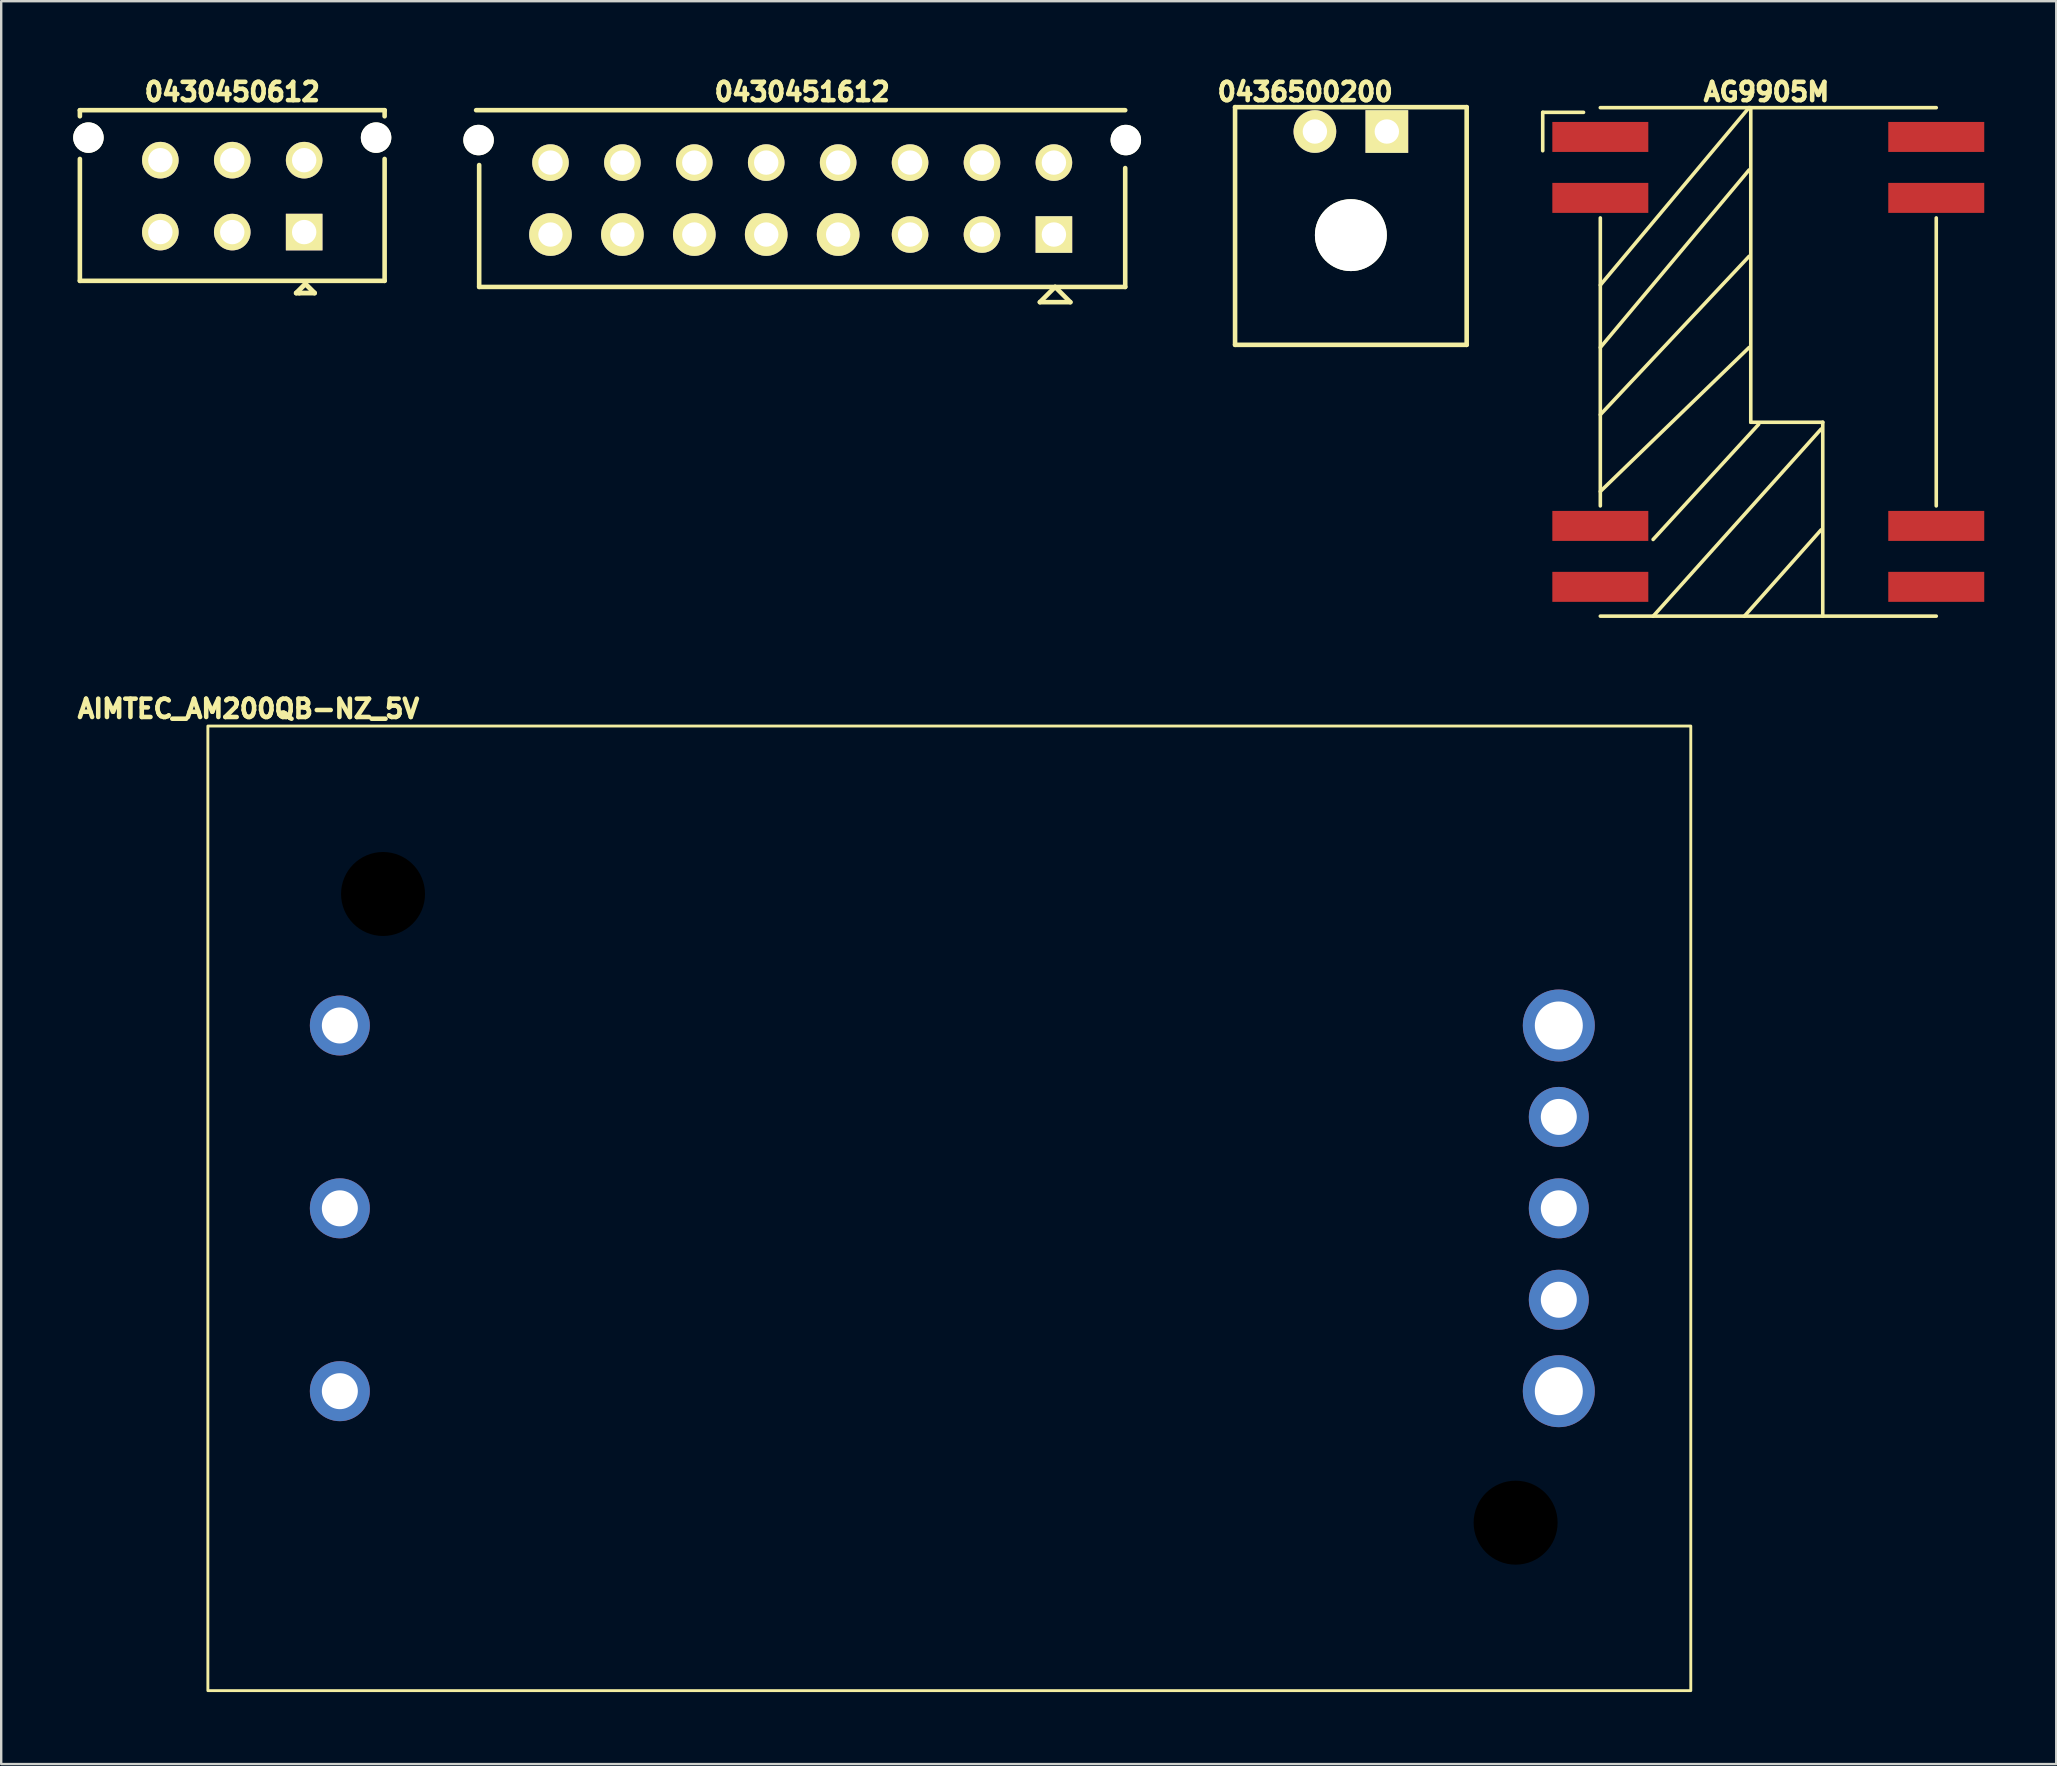
<source format=kicad_pcb>
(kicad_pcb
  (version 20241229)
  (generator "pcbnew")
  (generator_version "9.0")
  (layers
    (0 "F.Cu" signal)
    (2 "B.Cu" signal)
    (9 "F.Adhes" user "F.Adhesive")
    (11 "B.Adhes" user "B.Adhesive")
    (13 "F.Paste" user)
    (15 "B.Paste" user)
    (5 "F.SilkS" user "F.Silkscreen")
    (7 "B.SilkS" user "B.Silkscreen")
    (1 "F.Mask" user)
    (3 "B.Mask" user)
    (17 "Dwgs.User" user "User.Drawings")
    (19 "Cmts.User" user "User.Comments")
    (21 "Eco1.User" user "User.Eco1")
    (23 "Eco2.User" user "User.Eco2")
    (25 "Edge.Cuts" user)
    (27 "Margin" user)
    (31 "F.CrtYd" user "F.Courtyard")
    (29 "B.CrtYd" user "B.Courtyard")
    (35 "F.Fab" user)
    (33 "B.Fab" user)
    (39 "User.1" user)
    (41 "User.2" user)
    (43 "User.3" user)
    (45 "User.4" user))
  (footprint "AIMTEC_AM200QB-NZ_5V"
    (layer "F.Cu")
    (at 36.513 47.307)
    (property "Reference" "AIMTEC_AM200QB-NZ_5V" (at -29.21 -20.82 0) (unlocked yes) (layer "F.SilkS") (effects (font (size 0.762 0.762) (thickness 0.191))))
    (attr through_hole)
    (fp_rect (start -30.9 -20.1) (end 30.9 20.1) (stroke (width 0.12) (type solid)) (fill no) (layer "F.SilkS"))
    (pad "" np_thru_hole circle (at -23.6 -13.1) (size 3.5 3.5) (drill 3.5) (layers "*.Mask"))
    (pad "" np_thru_hole circle (at 23.6 13.1) (size 3.5 3.5) (drill 3.5) (layers "*.Mask"))
    (pad "1" thru_hole circle (at -25.4 -7.62) (size 2.5 2.5) (drill 1.5) (layers "*.Cu" "*.Mask"))
    (pad "2" thru_hole circle (at -25.4 0) (size 2.5 2.5) (drill 1.5) (layers "*.Cu" "*.Mask"))
    (pad "3" thru_hole circle (at -25.4 7.62) (size 2.5 2.5) (drill 1.5) (layers "*.Cu" "*.Mask"))
    (pad "4" thru_hole circle (at 25.4 7.62) (size 3 3) (drill 2) (layers "*.Cu" "*.Mask"))
    (pad "5" thru_hole circle (at 25.4 3.81) (size 2.5 2.5) (drill 1.5) (layers "*.Cu" "*.Mask"))
    (pad "6" thru_hole circle (at 25.4 0) (size 2.5 2.5) (drill 1.5) (layers "*.Cu" "*.Mask"))
    (pad "7" thru_hole circle (at 25.4 -3.81) (size 2.5 2.5) (drill 1.5) (layers "*.Cu" "*.Mask"))
    (pad "8" thru_hole circle (at 25.4 -7.62) (size 3 3) (drill 2) (layers "*.Cu" "*.Mask")))
  (footprint "AG9905M"
    (layer "F.Cu")
    (at 70.643 12.032)
    (property "Reference" "AG9905M" (at -0.076 -11.252 0) (layer "F.SilkS") (effects (font (size 0.762 0.762) (thickness 0.191))))
    (attr through_hole)
    (fp_line (start -9.4 -10.4) (end -7.7 -10.4) (stroke (width 0.15) (type solid)) (layer "F.SilkS"))
    (fp_line (start -9.4 -8.8) (end -9.4 -10.4) (stroke (width 0.15) (type solid)) (layer "F.SilkS"))
    (fp_line (start -7 -10.595) (end 7 -10.595) (stroke (width 0.15) (type solid)) (layer "F.SilkS"))
    (fp_line (start -7 -6) (end -7 6) (stroke (width 0.15) (type solid)) (layer "F.SilkS"))
    (fp_line (start -7 -0.6) (end -0.8 -8) (stroke (width 0.15) (type solid)) (layer "F.SilkS"))
    (fp_line (start -7 2.2) (end -0.8 -4.4) (stroke (width 0.15) (type solid)) (layer "F.SilkS"))
    (fp_line (start -7 5.4) (end -0.8 -0.6) (stroke (width 0.15) (type solid)) (layer "F.SilkS"))
    (fp_line (start -7 10.595) (end 7 10.595) (stroke (width 0.15) (type solid)) (layer "F.SilkS"))
    (fp_line (start -4.8 7.4) (end -0.4 2.6) (stroke (width 0.15) (type solid)) (layer "F.SilkS"))
    (fp_line (start -4.8 10.6) (end 2.2 2.8) (stroke (width 0.15) (type solid)) (layer "F.SilkS"))
    (fp_line (start -1 10.6) (end 2.2 7) (stroke (width 0.15) (type solid)) (layer "F.SilkS"))
    (fp_line (start -0.8 -10.6) (end -7 -3.2) (stroke (width 0.15) (type solid)) (layer "F.SilkS"))
    (fp_line (start -0.73 -10.595) (end -0.73 2.515) (stroke (width 0.15) (type solid)) (layer "F.SilkS"))
    (fp_line (start -0.73 2.515) (end 2.27 2.515) (stroke (width 0.15) (type solid)) (layer "F.SilkS"))
    (fp_line (start 2.27 2.515) (end 2.27 10.595) (stroke (width 0.15) (type solid)) (layer "F.SilkS"))
    (fp_line (start 7 -6) (end 7 6) (stroke (width 0.15) (type solid)) (layer "F.SilkS"))
    (pad "1" smd rect (at -7 -9.375) (size 4 1.25) (layers "F.Cu" "F.Mask" "F.Paste"))
    (pad "2" smd rect (at -7 -6.835) (size 4 1.25) (layers "F.Cu" "F.Mask" "F.Paste"))
    (pad "3" smd rect (at -7 6.835) (size 4 1.25) (layers "F.Cu" "F.Mask" "F.Paste"))
    (pad "4" smd rect (at -7 9.375) (size 4 1.25) (layers "F.Cu" "F.Mask" "F.Paste"))
    (pad "5" smd rect (at 7 9.375) (size 4 1.25) (layers "F.Cu" "F.Mask" "F.Paste"))
    (pad "6" smd rect (at 7 6.835) (size 4 1.25) (layers "F.Cu" "F.Mask" "F.Paste"))
    (pad "7" smd rect (at 7 -6.835) (size 4 1.25) (layers "F.Cu" "F.Mask" "F.Paste"))
    (pad "8" smd rect (at 7 -9.375) (size 4 1.25) (layers "F.Cu" "F.Mask" "F.Paste")))
  (footprint "0436500200"
    (layer "F.Cu")
    (at 53.247 6.749)
    (property "Reference" "0436500200" (at -1.905 -5.969 0) (layer "F.SilkS") (effects (font (size 0.762 0.762) (thickness 0.191))))
    (attr through_hole)
    (fp_line (start -4.826 -5.334) (end -4.826 4.572) (stroke (width 0.191) (type solid)) (layer "F.SilkS"))
    (fp_line (start -4.826 -5.334) (end 4.826 -5.334) (stroke (width 0.191) (type solid)) (layer "F.SilkS"))
    (fp_line (start 4.826 -5.334) (end 4.826 4.572) (stroke (width 0.191) (type solid)) (layer "F.SilkS"))
    (fp_line (start 4.826 4.572) (end -4.826 4.572) (stroke (width 0.191) (type solid)) (layer "F.SilkS"))
    (pad "" np_thru_hole circle (at 0 0) (size 2.997 2.997) (drill 2.997) (layers "*.Cu" "*.Mask" "F.SilkS"))
    (pad "1" thru_hole rect (at 1.499 -4.318) (size 1.778 1.778) (drill 1.016) (layers "*.Cu" "*.Mask" "F.SilkS"))
    (pad "2" thru_hole circle (at -1.499 -4.318) (size 1.778 1.778) (drill 1.016) (layers "*.Cu" "*.Mask" "F.SilkS")))
  (footprint "0430450612"
    (layer "F.Cu")
    (at 6.629 6.622)
    (property "Reference" "0430450612" (at 0 -5.842 0) (layer "F.SilkS") (effects (font (size 0.762 0.762) (thickness 0.191))))
    (attr through_hole)
    (fp_line (start -6.35 -5.08) (end -6.35 -4.826) (stroke (width 0.191) (type solid)) (layer "F.SilkS"))
    (fp_line (start -6.35 -5.08) (end 6.35 -5.08) (stroke (width 0.191) (type solid)) (layer "F.SilkS"))
    (fp_line (start -6.35 2.032) (end -6.35 -3.048) (stroke (width 0.191) (type solid)) (layer "F.SilkS"))
    (fp_line (start 2.667 2.54) (end 3.048 2.159) (stroke (width 0.203) (type solid)) (layer "F.SilkS"))
    (fp_line (start 2.794 2.54) (end 2.667 2.54) (stroke (width 0.203) (type solid)) (layer "F.SilkS"))
    (fp_line (start 3.048 2.159) (end 3.429 2.54) (stroke (width 0.203) (type solid)) (layer "F.SilkS"))
    (fp_line (start 3.429 2.54) (end 2.794 2.54) (stroke (width 0.203) (type solid)) (layer "F.SilkS"))
    (fp_line (start 6.35 -5.08) (end 6.35 -4.826) (stroke (width 0.191) (type solid)) (layer "F.SilkS"))
    (fp_line (start 6.35 -3.048) (end 6.35 2.032) (stroke (width 0.191) (type solid)) (layer "F.SilkS"))
    (fp_line (start 6.35 2.032) (end -6.35 2.032) (stroke (width 0.191) (type solid)) (layer "F.SilkS"))
    (pad "" np_thru_hole circle (at -5.994 -3.937) (size 1.27 1.27) (drill 1.27) (layers "*.Cu" "*.Mask" "F.SilkS"))
    (pad "" np_thru_hole circle (at 5.994 -3.937) (size 1.27 1.27) (drill 1.27) (layers "*.Cu" "*.Mask" "F.SilkS"))
    (pad "1" thru_hole rect (at 2.997 0) (size 1.524 1.524) (drill 1.016) (layers "*.Cu" "*.Mask" "F.SilkS"))
    (pad "2" thru_hole circle (at 0 0) (size 1.524 1.524) (drill 1.016) (layers "*.Cu" "*.Mask" "F.SilkS"))
    (pad "3" thru_hole circle (at -2.997 0) (size 1.524 1.524) (drill 1.016) (layers "*.Cu" "*.Mask" "F.SilkS"))
    (pad "4" thru_hole circle (at 2.997 -2.997) (size 1.524 1.524) (drill 1.016) (layers "*.Cu" "*.Mask" "F.SilkS"))
    (pad "5" thru_hole circle (at 0 -2.997) (size 1.524 1.524) (drill 1.016) (layers "*.Cu" "*.Mask" "F.SilkS"))
    (pad "6" thru_hole circle (at -2.997 -2.997) (size 1.524 1.524) (drill 1.016) (layers "*.Cu" "*.Mask" "F.SilkS")))
  (footprint "0430451612"
    (layer "F.Cu")
    (at 30.381 5.225)
    (property "Reference" "0430451612" (at 0 -4.445 0) (layer "F.SilkS") (effects (font (size 0.762 0.762) (thickness 0.191))))
    (attr through_hole)
    (fp_line (start -13.462 -1.397) (end -13.462 3.683) (stroke (width 0.191) (type solid)) (layer "F.SilkS"))
    (fp_line (start -13.462 3.683) (end 13.462 3.683) (stroke (width 0.191) (type solid)) (layer "F.SilkS"))
    (fp_line (start 10.541 3.683) (end 9.906 4.318) (stroke (width 0.191) (type solid)) (layer "F.SilkS"))
    (fp_line (start 10.541 3.683) (end 11.176 4.318) (stroke (width 0.191) (type solid)) (layer "F.SilkS"))
    (fp_line (start 11.176 4.318) (end 9.906 4.318) (stroke (width 0.191) (type solid)) (layer "F.SilkS"))
    (fp_line (start 13.462 -3.683) (end -13.589 -3.683) (stroke (width 0.191) (type solid)) (layer "F.SilkS"))
    (fp_line (start 13.462 3.683) (end 13.462 -1.27) (stroke (width 0.191) (type solid)) (layer "F.SilkS"))
    (pad "" np_thru_hole circle (at -13.487 -2.438) (size 1.27 1.27) (drill 1.27) (layers "*.Cu" "*.Mask" "F.SilkS"))
    (pad "" np_thru_hole circle (at 13.487 -2.438) (size 1.27 1.27) (drill 1.27) (layers "*.Cu" "*.Mask" "F.SilkS"))
    (pad "1" thru_hole rect (at 10.49 1.499) (size 1.524 1.524) (drill 1.016) (layers "*.Cu" "*.Mask" "F.SilkS"))
    (pad "2" thru_hole circle (at 7.493 1.499) (size 1.524 1.524) (drill 1.016) (layers "*.Cu" "*.Mask" "F.SilkS"))
    (pad "3" thru_hole circle (at 4.496 1.499) (size 1.524 1.524) (drill 1.016) (layers "*.Cu" "*.Mask" "F.SilkS"))
    (pad "4" thru_hole circle (at 1.499 1.499) (size 1.778 1.778) (drill 1.016) (layers "*.Cu" "*.Mask" "F.SilkS"))
    (pad "5" thru_hole circle (at -1.499 1.499) (size 1.778 1.778) (drill 1.016) (layers "*.Cu" "*.Mask" "F.SilkS"))
    (pad "6" thru_hole circle (at -4.496 1.499) (size 1.778 1.778) (drill 1.016) (layers "*.Cu" "*.Mask" "F.SilkS"))
    (pad "7" thru_hole circle (at -7.493 1.499) (size 1.778 1.778) (drill 1.016) (layers "*.Cu" "*.Mask" "F.SilkS"))
    (pad "8" thru_hole circle (at -10.49 1.499) (size 1.778 1.778) (drill 1.016) (layers "*.Cu" "*.Mask" "F.SilkS"))
    (pad "9" thru_hole circle (at 10.49 -1.499) (size 1.524 1.524) (drill 1.016) (layers "*.Cu" "*.Mask" "F.SilkS"))
    (pad "10" thru_hole circle (at 7.493 -1.499) (size 1.524 1.524) (drill 1.016) (layers "*.Cu" "*.Mask" "F.SilkS"))
    (pad "11" thru_hole circle (at 4.496 -1.499) (size 1.524 1.524) (drill 1.016) (layers "*.Cu" "*.Mask" "F.SilkS"))
    (pad "12" thru_hole circle (at 1.499 -1.499) (size 1.524 1.524) (drill 1.016) (layers "*.Cu" "*.Mask" "F.SilkS"))
    (pad "13" thru_hole circle (at -1.499 -1.499) (size 1.524 1.524) (drill 1.016) (layers "*.Cu" "*.Mask" "F.SilkS"))
    (pad "14" thru_hole circle (at -4.496 -1.499) (size 1.524 1.524) (drill 1.016) (layers "*.Cu" "*.Mask" "F.SilkS"))
    (pad "15" thru_hole circle (at -7.493 -1.499) (size 1.524 1.524) (drill 1.016) (layers "*.Cu" "*.Mask" "F.SilkS"))
    (pad "16" thru_hole circle (at -10.49 -1.499) (size 1.524 1.524) (drill 1.016) (layers "*.Cu" "*.Mask" "F.SilkS")))
  (gr_rect
    (start -3 -3)
    (end 82.643 70.467)
    (stroke (width 0.1) (type default))
    (fill no)
    (layer "Edge.Cuts")))
</source>
